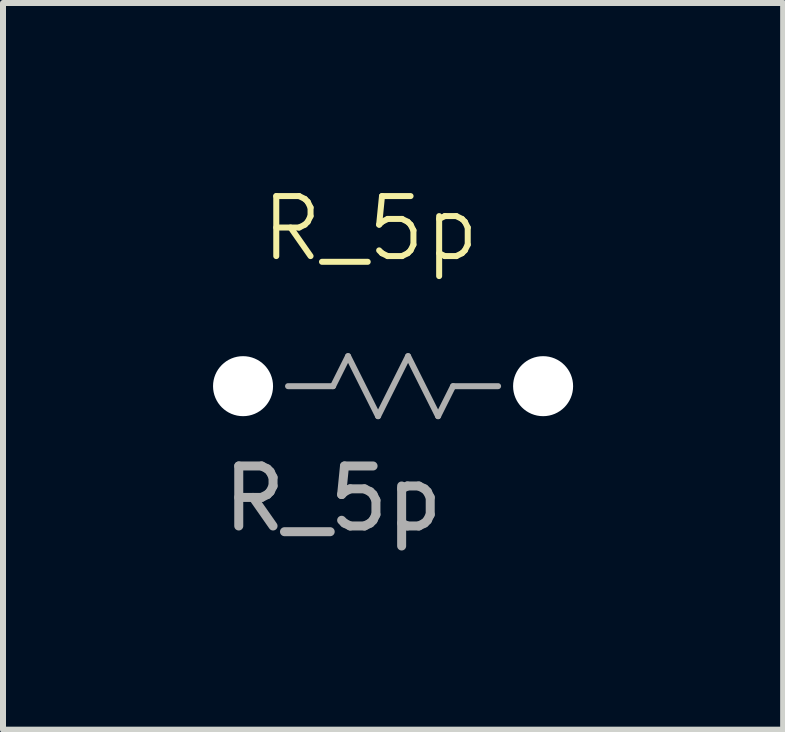
<source format=kicad_pcb>
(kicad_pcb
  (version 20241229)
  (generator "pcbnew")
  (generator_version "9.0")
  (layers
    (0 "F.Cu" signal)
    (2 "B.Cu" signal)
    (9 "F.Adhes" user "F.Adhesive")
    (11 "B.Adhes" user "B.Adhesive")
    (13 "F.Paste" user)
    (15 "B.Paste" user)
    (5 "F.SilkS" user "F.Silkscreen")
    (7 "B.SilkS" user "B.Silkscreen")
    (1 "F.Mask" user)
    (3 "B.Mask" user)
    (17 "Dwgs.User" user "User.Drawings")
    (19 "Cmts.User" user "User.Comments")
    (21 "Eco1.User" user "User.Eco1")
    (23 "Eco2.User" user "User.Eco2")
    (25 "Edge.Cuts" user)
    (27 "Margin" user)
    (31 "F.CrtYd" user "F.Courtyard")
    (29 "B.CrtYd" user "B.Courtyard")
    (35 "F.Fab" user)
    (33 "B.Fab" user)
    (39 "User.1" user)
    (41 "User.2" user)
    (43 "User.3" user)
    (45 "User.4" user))
  (footprint "R_5p"
    (layer "F.Cu")
    (at 1 3.385)
    (property "Reference" "R_5p" (at 2.125 -2.625 0) (unlocked yes) (layer "F.SilkS") (effects (font (size 1 1) (thickness 0.1))))
    (attr through_hole)
    (fp_line (start 0.75 0) (end 1.5 0) (stroke (width 0.1) (type solid)) (layer "F.Fab"))
    (fp_line (start 1.5 0) (end 1.75 -0.5) (stroke (width 0.1) (type solid)) (layer "F.Fab"))
    (fp_line (start 1.75 -0.5) (end 2.25 0.5) (stroke (width 0.1) (type solid)) (layer "F.Fab"))
    (fp_line (start 2.25 0.5) (end 2.75 -0.5) (stroke (width 0.1) (type solid)) (layer "F.Fab"))
    (fp_line (start 2.75 -0.5) (end 3.25 0.5) (stroke (width 0.1) (type solid)) (layer "F.Fab"))
    (fp_line (start 3.25 0.5) (end 3.5 0) (stroke (width 0.1) (type solid)) (layer "F.Fab"))
    (fp_line (start 3.5 0) (end 4.25 0) (stroke (width 0.1) (type solid)) (layer "F.Fab"))
    (fp_text user "${REFERENCE}" (at 1.5 1.875 0) (unlocked yes) (layer "F.Fab") (effects (font (size 1 1) (thickness 0.15))))
    (pad "1" thru_hole circle (at 0 0) (size 2 2) (drill 1) (layers "*.Cu" "B.Mask") (remove_unused_layers yes) (zone_layer_connections))
    (pad "2" thru_hole circle (at 5 0) (size 2 2) (drill 1) (layers "*.Cu" "B.Mask") (remove_unused_layers yes) (zone_layer_connections)))
  (gr_rect
    (start -3 -3)
    (end 10 9.109)
    (stroke (width 0.1) (type default))
    (fill no)
    (layer "Edge.Cuts")))
</source>
